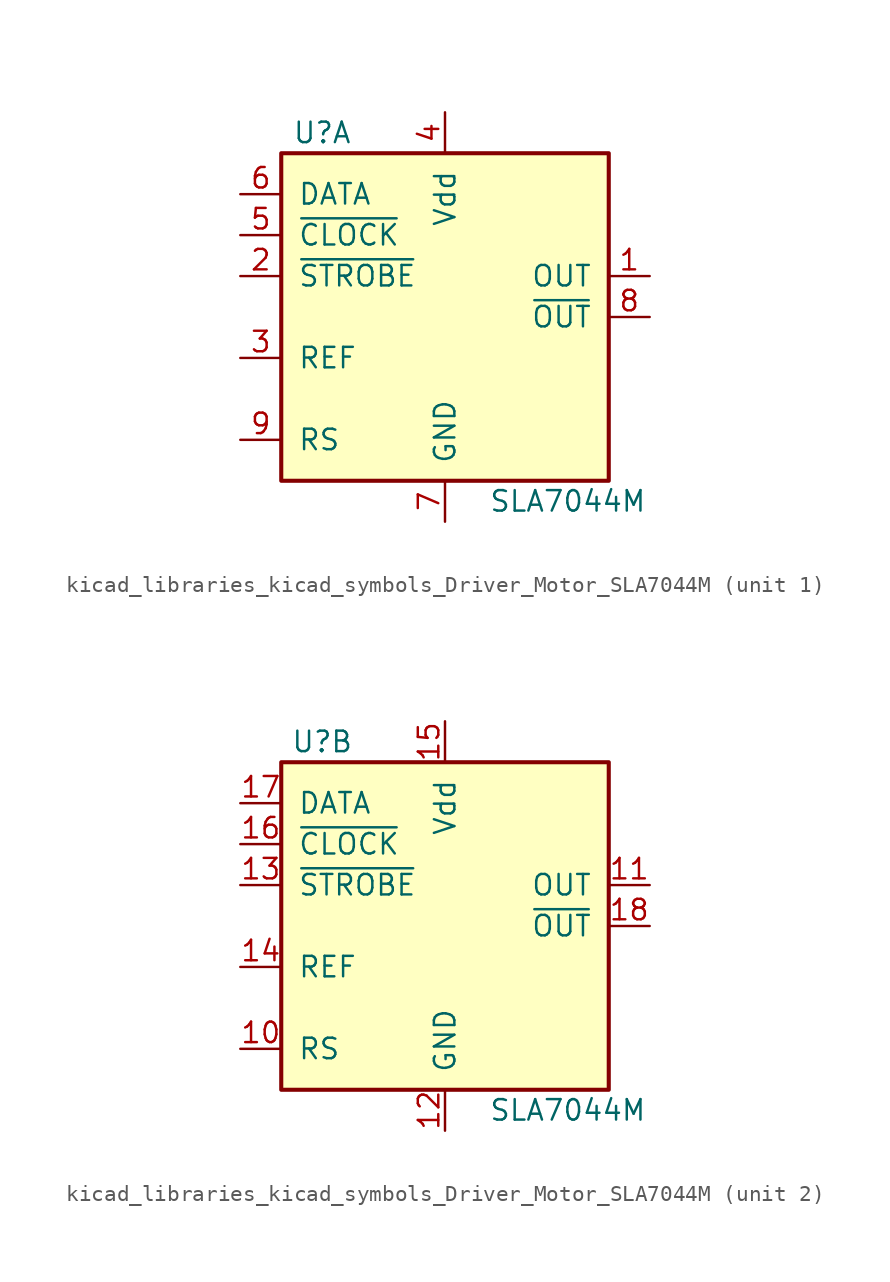
<source format=kicad_sym>
(kicad_symbol_lib
  (version 20220914)
  (generator kicad_symbol_editor)
  (symbol "kicad_libraries_kicad_symbols_Driver_Motor_SLA7044M"
    (pin_names
      (offset 1.016))
    (property "Reference" "U"
      (at -7.62 11.43 0)
      (effects (font (size 1.27 1.27))))
    (property "Value" "SLA7044M"
      (at 7.62 -11.43 0)
      (effects (font (size 1.27 1.27))))
    (symbol "kicad_libraries_kicad_symbols_Driver_Motor_SLA7044M_0_1"
      (rectangle (start -10.16 10.16) (end 10.16 -10.16) (stroke (width 0.254) (type default)) (fill (type background))))
    (symbol "kicad_libraries_kicad_symbols_Driver_Motor_SLA7044M_1_1"
      (pin output line (at 12.7 2.54 180) (length 2.54) (name "OUT" (effects (font (size 1.27 1.27)))) (number "1" (effects (font (size 1.27 1.27)))))
      (pin input line (at -12.7 2.54 0) (length 2.54) (name "~{STROBE}" (effects (font (size 1.27 1.27)))) (number "2" (effects (font (size 1.27 1.27)))))
      (pin input line (at -12.7 -2.54 0) (length 2.54) (name "REF" (effects (font (size 1.27 1.27)))) (number "3" (effects (font (size 1.27 1.27)))))
      (pin power_in line (at 0 12.7 270) (length 2.54) (name "Vdd" (effects (font (size 1.27 1.27)))) (number "4" (effects (font (size 1.27 1.27)))))
      (pin input line (at -12.7 5.08 0) (length 2.54) (name "~{CLOCK}" (effects (font (size 1.27 1.27)))) (number "5" (effects (font (size 1.27 1.27)))))
      (pin input line (at -12.7 7.62 0) (length 2.54) (name "DATA" (effects (font (size 1.27 1.27)))) (number "6" (effects (font (size 1.27 1.27)))))
      (pin power_in line (at 0 -12.7 90) (length 2.54) (name "GND" (effects (font (size 1.27 1.27)))) (number "7" (effects (font (size 1.27 1.27)))))
      (pin output line (at 12.7 0 180) (length 2.54) (name "~{OUT}" (effects (font (size 1.27 1.27)))) (number "8" (effects (font (size 1.27 1.27)))))
      (pin input line (at -12.7 -7.62 0) (length 2.54) (name "RS" (effects (font (size 1.27 1.27)))) (number "9" (effects (font (size 1.27 1.27))))))
    (symbol "kicad_libraries_kicad_symbols_Driver_Motor_SLA7044M_2_1"
      (pin input line (at -12.7 -7.62 0) (length 2.54) (name "RS" (effects (font (size 1.27 1.27)))) (number "10" (effects (font (size 1.27 1.27)))))
      (pin output line (at 12.7 2.54 180) (length 2.54) (name "OUT" (effects (font (size 1.27 1.27)))) (number "11" (effects (font (size 1.27 1.27)))))
      (pin power_in line (at 0 -12.7 90) (length 2.54) (name "GND" (effects (font (size 1.27 1.27)))) (number "12" (effects (font (size 1.27 1.27)))))
      (pin input line (at -12.7 2.54 0) (length 2.54) (name "~{STROBE}" (effects (font (size 1.27 1.27)))) (number "13" (effects (font (size 1.27 1.27)))))
      (pin input line (at -12.7 -2.54 0) (length 2.54) (name "REF" (effects (font (size 1.27 1.27)))) (number "14" (effects (font (size 1.27 1.27)))))
      (pin power_in line (at 0 12.7 270) (length 2.54) (name "Vdd" (effects (font (size 1.27 1.27)))) (number "15" (effects (font (size 1.27 1.27)))))
      (pin input line (at -12.7 5.08 0) (length 2.54) (name "~{CLOCK}" (effects (font (size 1.27 1.27)))) (number "16" (effects (font (size 1.27 1.27)))))
      (pin input line (at -12.7 7.62 0) (length 2.54) (name "DATA" (effects (font (size 1.27 1.27)))) (number "17" (effects (font (size 1.27 1.27)))))
      (pin output line (at 12.7 0 180) (length 2.54) (name "~{OUT}" (effects (font (size 1.27 1.27)))) (number "18" (effects (font (size 1.27 1.27))))))))
</source>
